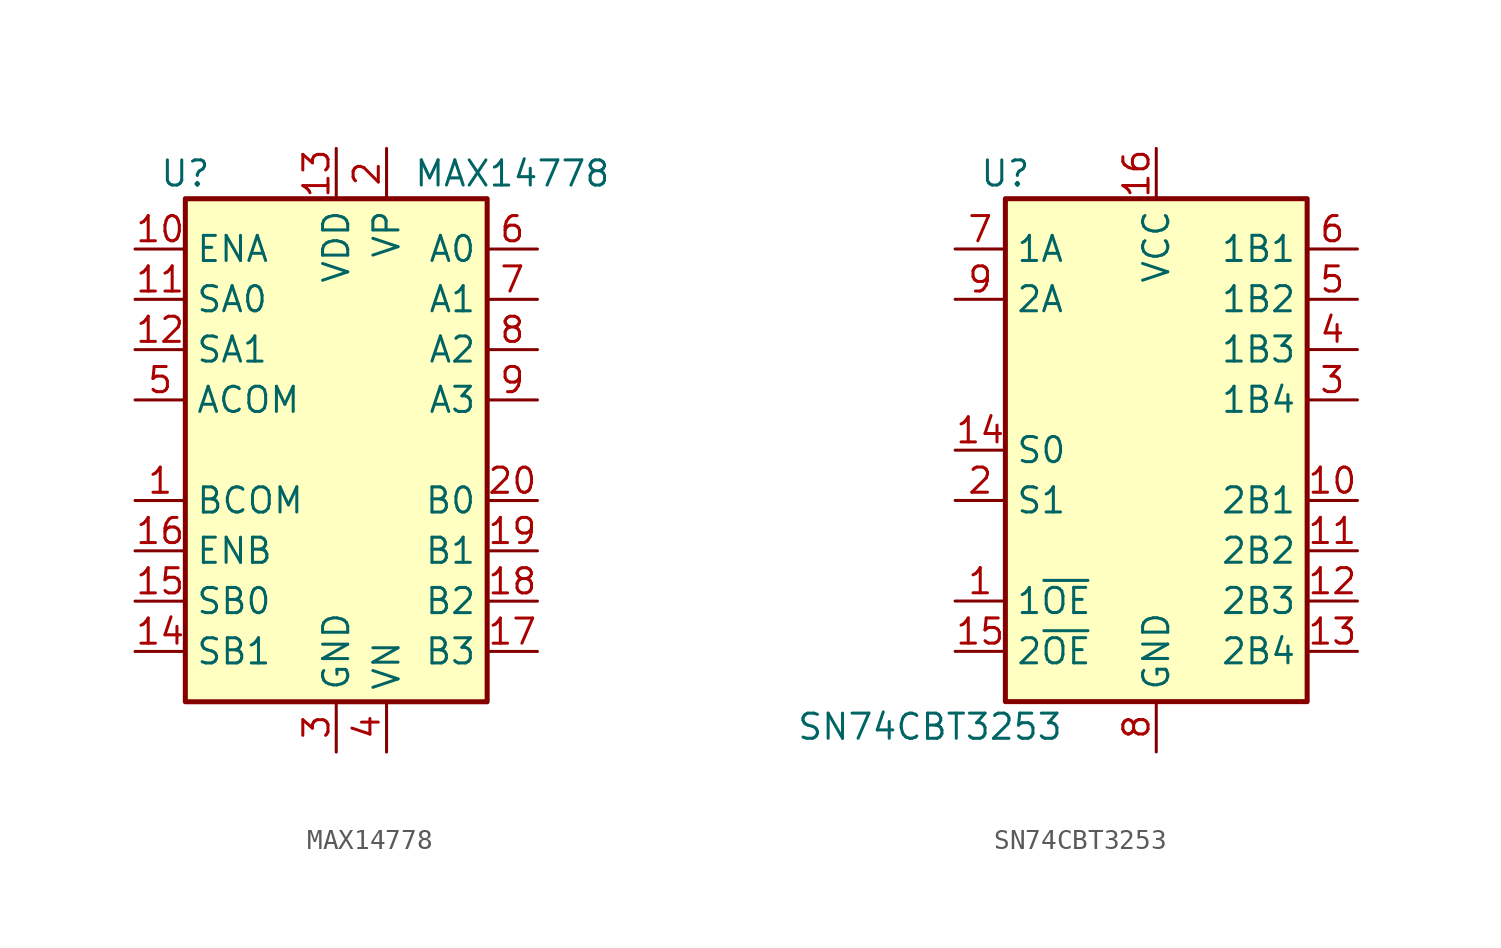
<source format=kicad_sym>
(kicad_symbol_lib
  (version 20201005)
  (generator kicad_symbol_editor)
  (symbol "MAX14778"
    (property "Reference" "U"
      (at -7.62 13.97 0)
      (effects (font (size 1.27 1.27))))
    (property "Value" "MAX14778"
      (at 8.89 13.97 0)
      (effects (font (size 1.27 1.27))))
    (symbol "MAX14778_0_1"
      (rectangle (start -7.62 12.7) (end 7.62 -12.7) (stroke (width 0.254)) (fill (type background))))
    (symbol "MAX14778_1_1"
      (pin passive line (at -10.16 -2.54 0) (length 2.54) (name "BCOM" (effects (font (size 1.27 1.27)))) (number "1" (effects (font (size 1.27 1.27)))))
      (pin input line (at -10.16 10.16 0) (length 2.54) (name "ENA" (effects (font (size 1.27 1.27)))) (number "10" (effects (font (size 1.27 1.27)))))
      (pin input line (at -10.16 7.62 0) (length 2.54) (name "SA0" (effects (font (size 1.27 1.27)))) (number "11" (effects (font (size 1.27 1.27)))))
      (pin input line (at -10.16 5.08 0) (length 2.54) (name "SA1" (effects (font (size 1.27 1.27)))) (number "12" (effects (font (size 1.27 1.27)))))
      (pin power_in line (at 0 15.24 270) (length 2.54) (name "VDD" (effects (font (size 1.27 1.27)))) (number "13" (effects (font (size 1.27 1.27)))))
      (pin input line (at -10.16 -10.16 0) (length 2.54) (name "SB1" (effects (font (size 1.27 1.27)))) (number "14" (effects (font (size 1.27 1.27)))))
      (pin input line (at -10.16 -7.62 0) (length 2.54) (name "SB0" (effects (font (size 1.27 1.27)))) (number "15" (effects (font (size 1.27 1.27)))))
      (pin input line (at -10.16 -5.08 0) (length 2.54) (name "ENB" (effects (font (size 1.27 1.27)))) (number "16" (effects (font (size 1.27 1.27)))))
      (pin passive line (at 10.16 -10.16 180) (length 2.54) (name "B3" (effects (font (size 1.27 1.27)))) (number "17" (effects (font (size 1.27 1.27)))))
      (pin passive line (at 10.16 -7.62 180) (length 2.54) (name "B2" (effects (font (size 1.27 1.27)))) (number "18" (effects (font (size 1.27 1.27)))))
      (pin passive line (at 10.16 -5.08 180) (length 2.54) (name "B1" (effects (font (size 1.27 1.27)))) (number "19" (effects (font (size 1.27 1.27)))))
      (pin passive line (at 2.54 15.24 270) (length 2.54) (name "VP" (effects (font (size 1.27 1.27)))) (number "2" (effects (font (size 1.27 1.27)))))
      (pin passive line (at 10.16 -2.54 180) (length 2.54) (name "B0" (effects (font (size 1.27 1.27)))) (number "20" (effects (font (size 1.27 1.27)))))
      (pin passive line (at 2.54 -15.24 90) (length 2.54) hide (name "VN" (effects (font (size 1.27 1.27)))) (number "21" (effects (font (size 1.27 1.27)))))
      (pin power_in line (at 0 -15.24 90) (length 2.54) (name "GND" (effects (font (size 1.27 1.27)))) (number "3" (effects (font (size 1.27 1.27)))))
      (pin passive line (at 2.54 -15.24 90) (length 2.54) (name "VN" (effects (font (size 1.27 1.27)))) (number "4" (effects (font (size 1.27 1.27)))))
      (pin passive line (at -10.16 2.54 0) (length 2.54) (name "ACOM" (effects (font (size 1.27 1.27)))) (number "5" (effects (font (size 1.27 1.27)))))
      (pin passive line (at 10.16 10.16 180) (length 2.54) (name "A0" (effects (font (size 1.27 1.27)))) (number "6" (effects (font (size 1.27 1.27)))))
      (pin passive line (at 10.16 7.62 180) (length 2.54) (name "A1" (effects (font (size 1.27 1.27)))) (number "7" (effects (font (size 1.27 1.27)))))
      (pin passive line (at 10.16 5.08 180) (length 2.54) (name "A2" (effects (font (size 1.27 1.27)))) (number "8" (effects (font (size 1.27 1.27)))))
      (pin passive line (at 10.16 2.54 180) (length 2.54) (name "A3" (effects (font (size 1.27 1.27)))) (number "9" (effects (font (size 1.27 1.27)))))))
  (symbol "SN74CBT3253"
    (property "Reference" "U"
      (at -7.62 13.97 0)
      (effects (font (size 1.27 1.27))))
    (property "Value" "SN74CBT3253"
      (at -11.43 -13.97 0)
      (effects (font (size 1.27 1.27))))
    (symbol "SN74CBT3253_0_1"
      (rectangle (start 7.62 -12.7) (end 7.62 -12.7) (stroke (width 0)) (fill (type none)))
      (rectangle (start -7.62 12.7) (end 7.62 -12.7) (stroke (width 0.254)) (fill (type background))))
    (symbol "SN74CBT3253_1_1"
      (pin input line (at -10.16 -7.62 0) (length 2.54) (name "1~OE" (effects (font (size 1.27 1.27)))) (number "1" (effects (font (size 1.27 1.27)))))
      (pin bidirectional line (at 10.16 -2.54 180) (length 2.54) (name "2B1" (effects (font (size 1.27 1.27)))) (number "10" (effects (font (size 1.27 1.27)))))
      (pin bidirectional line (at 10.16 -5.08 180) (length 2.54) (name "2B2" (effects (font (size 1.27 1.27)))) (number "11" (effects (font (size 1.27 1.27)))))
      (pin bidirectional line (at 10.16 -7.62 180) (length 2.54) (name "2B3" (effects (font (size 1.27 1.27)))) (number "12" (effects (font (size 1.27 1.27)))))
      (pin bidirectional line (at 10.16 -10.16 180) (length 2.54) (name "2B4" (effects (font (size 1.27 1.27)))) (number "13" (effects (font (size 1.27 1.27)))))
      (pin input line (at -10.16 0 0) (length 2.54) (name "S0" (effects (font (size 1.27 1.27)))) (number "14" (effects (font (size 1.27 1.27)))))
      (pin input line (at -10.16 -10.16 0) (length 2.54) (name "2~OE" (effects (font (size 1.27 1.27)))) (number "15" (effects (font (size 1.27 1.27)))))
      (pin power_in line (at 0 15.24 270) (length 2.54) (name "VCC" (effects (font (size 1.27 1.27)))) (number "16" (effects (font (size 1.27 1.27)))))
      (pin input line (at -10.16 -2.54 0) (length 2.54) (name "S1" (effects (font (size 1.27 1.27)))) (number "2" (effects (font (size 1.27 1.27)))))
      (pin bidirectional line (at 10.16 2.54 180) (length 2.54) (name "1B4" (effects (font (size 1.27 1.27)))) (number "3" (effects (font (size 1.27 1.27)))))
      (pin bidirectional line (at 10.16 5.08 180) (length 2.54) (name "1B3" (effects (font (size 1.27 1.27)))) (number "4" (effects (font (size 1.27 1.27)))))
      (pin bidirectional line (at 10.16 7.62 180) (length 2.54) (name "1B2" (effects (font (size 1.27 1.27)))) (number "5" (effects (font (size 1.27 1.27)))))
      (pin bidirectional line (at 10.16 10.16 180) (length 2.54) (name "1B1" (effects (font (size 1.27 1.27)))) (number "6" (effects (font (size 1.27 1.27)))))
      (pin bidirectional line (at -10.16 10.16 0) (length 2.54) (name "1A" (effects (font (size 1.27 1.27)))) (number "7" (effects (font (size 1.27 1.27)))))
      (pin power_in line (at 0 -15.24 90) (length 2.54) (name "GND" (effects (font (size 1.27 1.27)))) (number "8" (effects (font (size 1.27 1.27)))))
      (pin bidirectional line (at -10.16 7.62 0) (length 2.54) (name "2A" (effects (font (size 1.27 1.27)))) (number "9" (effects (font (size 1.27 1.27))))))))
</source>
